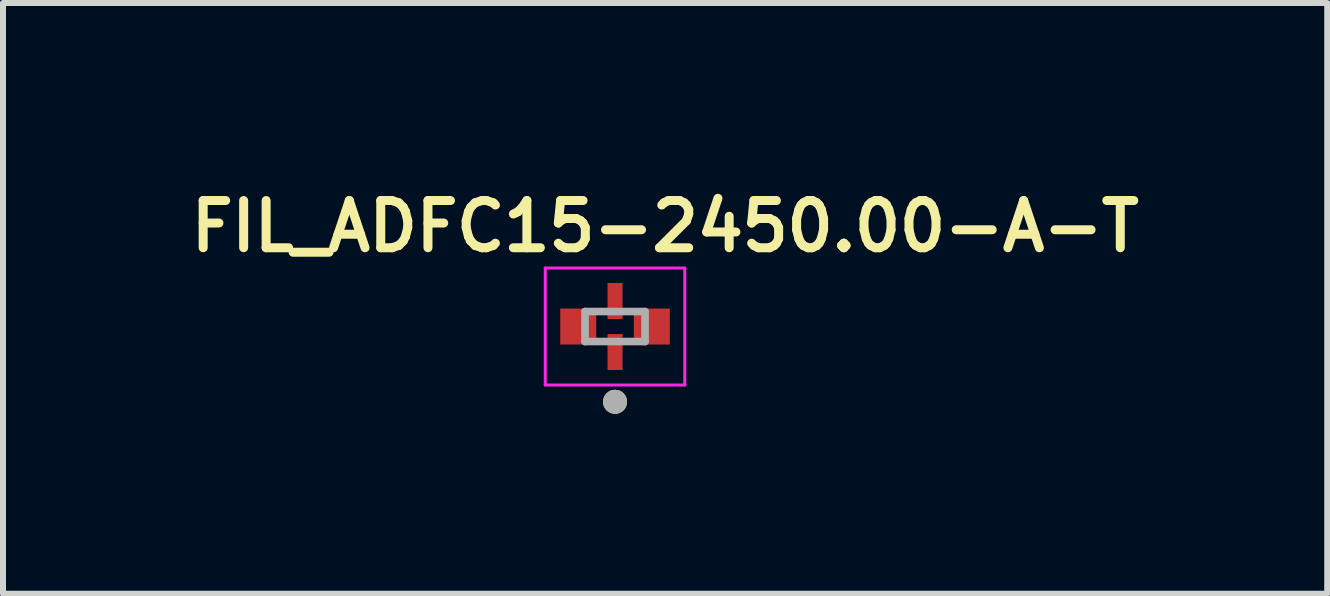
<source format=kicad_pcb>
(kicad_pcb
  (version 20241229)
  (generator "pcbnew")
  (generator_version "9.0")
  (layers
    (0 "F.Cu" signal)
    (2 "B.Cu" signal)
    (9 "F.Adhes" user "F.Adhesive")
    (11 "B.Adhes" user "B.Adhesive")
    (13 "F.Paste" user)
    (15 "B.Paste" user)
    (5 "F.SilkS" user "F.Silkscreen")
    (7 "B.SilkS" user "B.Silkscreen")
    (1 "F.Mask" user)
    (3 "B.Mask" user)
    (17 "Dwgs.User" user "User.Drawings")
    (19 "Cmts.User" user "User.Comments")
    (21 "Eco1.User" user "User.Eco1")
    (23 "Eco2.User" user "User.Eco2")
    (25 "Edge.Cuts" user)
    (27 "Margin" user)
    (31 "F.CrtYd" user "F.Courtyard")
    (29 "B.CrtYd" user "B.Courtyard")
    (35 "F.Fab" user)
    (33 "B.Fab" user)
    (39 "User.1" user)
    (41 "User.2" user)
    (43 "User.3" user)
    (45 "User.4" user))
  (footprint "FIL_ADFC15-2450.00-A-T"
    (layer "F.Cu")
    (at 7.204 2.394)
    (property "Reference" "FIL_ADFC15-2450.00-A-T" (at 0.835 -1.67 0) (layer "F.SilkS") (effects (font (size 0.787 0.787) (thickness 0.15))))
    (attr smd)
    (fp_poly (pts (xy -0.975 -0.35) (xy -0.275 -0.35) (xy -0.275 0.35) (xy -0.975 0.35)) (stroke (width 0.01) (type solid)) (fill yes) (layer "F.Mask"))
    (fp_poly (pts (xy -0.175 -0.775) (xy 0.175 -0.775) (xy 0.175 -0.075) (xy -0.175 -0.075)) (stroke (width 0.01) (type solid)) (fill yes) (layer "F.Mask"))
    (fp_poly (pts (xy -0.175 0.075) (xy 0.175 0.075) (xy 0.175 0.775) (xy -0.175 0.775)) (stroke (width 0.01) (type solid)) (fill yes) (layer "F.Mask"))
    (fp_poly (pts (xy 0.275 -0.35) (xy 0.975 -0.35) (xy 0.975 0.35) (xy 0.275 0.35)) (stroke (width 0.01) (type solid)) (fill yes) (layer "F.Mask"))
    (fp_circle (center 0 1.255) (end 0.1 1.255) (stroke (width 0.2) (type solid)) (fill no) (layer "F.SilkS"))
    (fp_line (start -1.163 -0.975) (end 1.163 -0.975) (stroke (width 0.05) (type solid)) (layer "F.CrtYd"))
    (fp_line (start -1.163 0.975) (end -1.163 -0.975) (stroke (width 0.05) (type solid)) (layer "F.CrtYd"))
    (fp_line (start 1.163 -0.975) (end 1.163 0.975) (stroke (width 0.05) (type solid)) (layer "F.CrtYd"))
    (fp_line (start 1.163 0.975) (end -1.163 0.975) (stroke (width 0.05) (type solid)) (layer "F.CrtYd"))
    (fp_line (start -0.5 -0.25) (end 0.5 -0.25) (stroke (width 0.127) (type solid)) (layer "F.Fab"))
    (fp_line (start -0.5 0.25) (end -0.5 -0.25) (stroke (width 0.127) (type solid)) (layer "F.Fab"))
    (fp_line (start 0.5 -0.25) (end 0.5 0.25) (stroke (width 0.127) (type solid)) (layer "F.Fab"))
    (fp_line (start 0.5 0.25) (end -0.5 0.25) (stroke (width 0.127) (type solid)) (layer "F.Fab"))
    (fp_circle (center 0 1.255) (end 0.1 1.255) (stroke (width 0.2) (type solid)) (fill no) (layer "F.Fab"))
    (pad "1" smd rect (at 0 0.425) (size 0.25 0.6) (layers "F.Cu" "F.Paste"))
    (pad "2" smd rect (at 0.613 0) (size 0.6 0.6) (layers "F.Cu" "F.Paste"))
    (pad "3" smd rect (at 0 -0.425) (size 0.25 0.6) (layers "F.Cu" "F.Paste"))
    (pad "4" smd rect (at -0.613 0) (size 0.6 0.6) (layers "F.Cu" "F.Paste")))
  (gr_rect
    (start -3 -3)
    (end 19.078 6.849)
    (stroke (width 0.1) (type default))
    (fill no)
    (layer "Edge.Cuts")))
</source>
